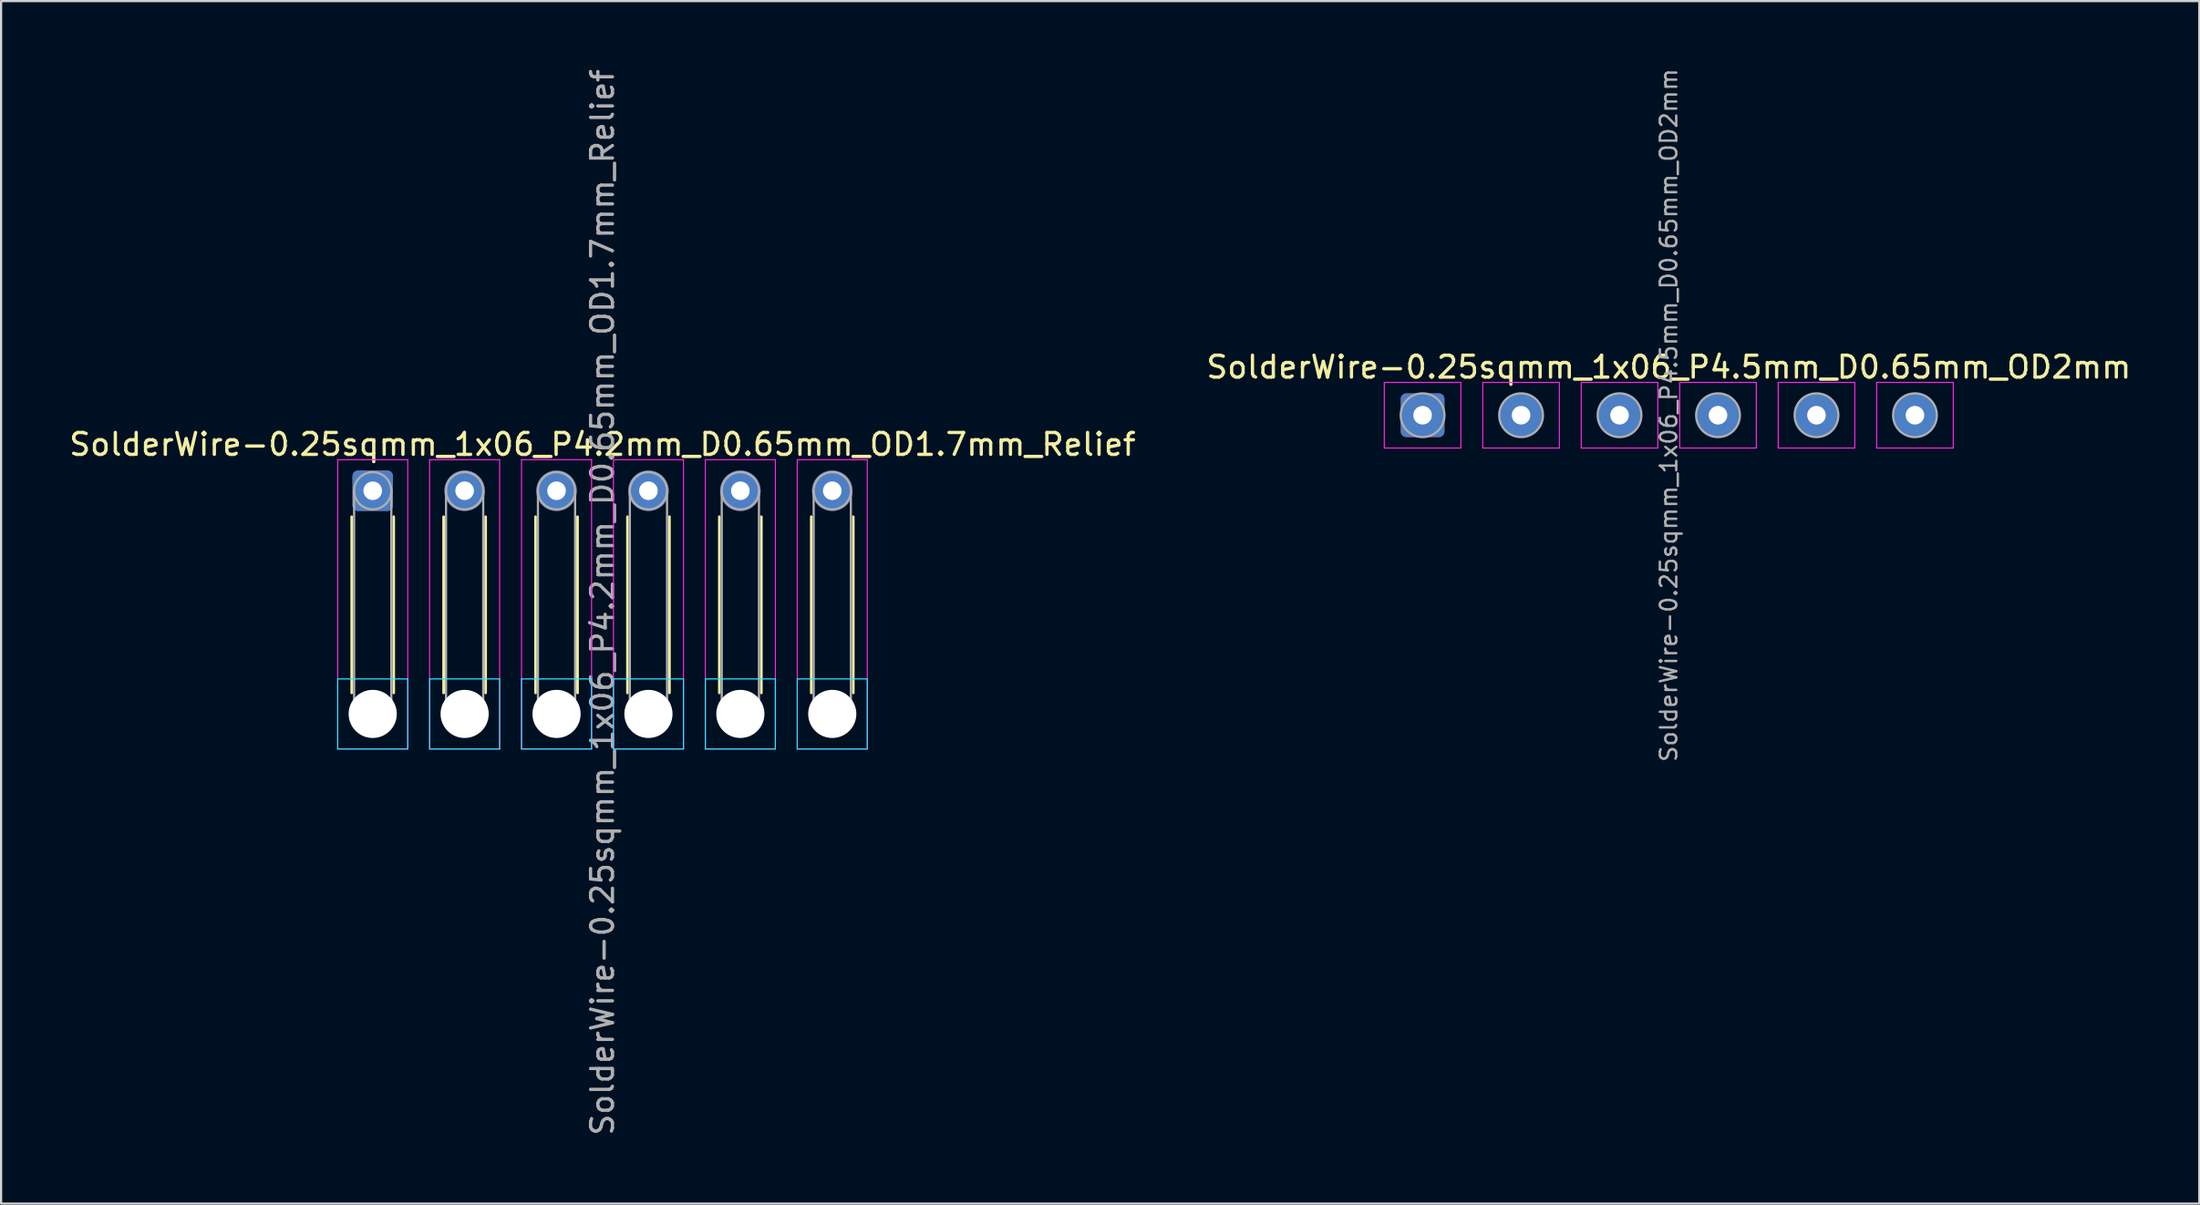
<source format=kicad_pcb>
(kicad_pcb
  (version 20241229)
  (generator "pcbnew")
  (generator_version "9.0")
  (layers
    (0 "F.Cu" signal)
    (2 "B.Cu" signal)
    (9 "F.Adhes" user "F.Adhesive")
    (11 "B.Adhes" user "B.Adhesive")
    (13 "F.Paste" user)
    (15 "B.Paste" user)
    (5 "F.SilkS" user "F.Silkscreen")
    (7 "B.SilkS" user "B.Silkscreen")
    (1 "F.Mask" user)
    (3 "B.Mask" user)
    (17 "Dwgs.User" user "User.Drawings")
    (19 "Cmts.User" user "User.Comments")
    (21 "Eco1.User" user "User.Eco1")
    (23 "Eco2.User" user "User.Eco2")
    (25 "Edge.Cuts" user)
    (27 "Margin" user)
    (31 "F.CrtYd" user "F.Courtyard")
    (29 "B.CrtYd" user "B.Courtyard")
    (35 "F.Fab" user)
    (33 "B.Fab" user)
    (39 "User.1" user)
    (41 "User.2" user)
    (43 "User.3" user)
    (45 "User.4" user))
  (footprint "SolderWire-0.25sqmm_1x06_P4.2mm_D0.65mm_OD1.7mm_Relief"
    (layer "F.Cu")
    (at 13.982 19.382)
    (property "Reference" "SolderWire-0.25sqmm_1x06_P4.2mm_D0.65mm_OD1.7mm_Relief" (at 10.5 -2.12 0) (layer "F.SilkS") (effects (font (size 1 1) (thickness 0.15))))
    (attr exclude_from_pos_files exclude_from_bom)
    (fp_line (start -0.96 1.185) (end -0.96 9.24) (stroke (width 0.12) (type solid)) (layer "F.SilkS"))
    (fp_line (start 0.96 1.185) (end 0.96 9.24) (stroke (width 0.12) (type solid)) (layer "F.SilkS"))
    (fp_line (start 3.24 1.185) (end 3.24 9.24) (stroke (width 0.12) (type solid)) (layer "F.SilkS"))
    (fp_line (start 5.16 1.185) (end 5.16 9.24) (stroke (width 0.12) (type solid)) (layer "F.SilkS"))
    (fp_line (start 7.44 1.185) (end 7.44 9.24) (stroke (width 0.12) (type solid)) (layer "F.SilkS"))
    (fp_line (start 9.36 1.185) (end 9.36 9.24) (stroke (width 0.12) (type solid)) (layer "F.SilkS"))
    (fp_line (start 11.64 1.185) (end 11.64 9.24) (stroke (width 0.12) (type solid)) (layer "F.SilkS"))
    (fp_line (start 13.56 1.185) (end 13.56 9.24) (stroke (width 0.12) (type solid)) (layer "F.SilkS"))
    (fp_line (start 15.84 1.185) (end 15.84 9.24) (stroke (width 0.12) (type solid)) (layer "F.SilkS"))
    (fp_line (start 17.76 1.185) (end 17.76 9.24) (stroke (width 0.12) (type solid)) (layer "F.SilkS"))
    (fp_line (start 20.04 1.185) (end 20.04 9.24) (stroke (width 0.12) (type solid)) (layer "F.SilkS"))
    (fp_line (start 21.96 1.185) (end 21.96 9.24) (stroke (width 0.12) (type solid)) (layer "F.SilkS"))
    (fp_line (start -1.6 8.6) (end -1.6 11.8) (stroke (width 0.05) (type solid)) (layer "B.CrtYd"))
    (fp_line (start -1.6 11.8) (end 1.6 11.8) (stroke (width 0.05) (type solid)) (layer "B.CrtYd"))
    (fp_line (start 1.6 8.6) (end -1.6 8.6) (stroke (width 0.05) (type solid)) (layer "B.CrtYd"))
    (fp_line (start 1.6 11.8) (end 1.6 8.6) (stroke (width 0.05) (type solid)) (layer "B.CrtYd"))
    (fp_line (start 2.6 8.6) (end 2.6 11.8) (stroke (width 0.05) (type solid)) (layer "B.CrtYd"))
    (fp_line (start 2.6 11.8) (end 5.8 11.8) (stroke (width 0.05) (type solid)) (layer "B.CrtYd"))
    (fp_line (start 5.8 8.6) (end 2.6 8.6) (stroke (width 0.05) (type solid)) (layer "B.CrtYd"))
    (fp_line (start 5.8 11.8) (end 5.8 8.6) (stroke (width 0.05) (type solid)) (layer "B.CrtYd"))
    (fp_line (start 6.8 8.6) (end 6.8 11.8) (stroke (width 0.05) (type solid)) (layer "B.CrtYd"))
    (fp_line (start 6.8 11.8) (end 10 11.8) (stroke (width 0.05) (type solid)) (layer "B.CrtYd"))
    (fp_line (start 10 8.6) (end 6.8 8.6) (stroke (width 0.05) (type solid)) (layer "B.CrtYd"))
    (fp_line (start 10 11.8) (end 10 8.6) (stroke (width 0.05) (type solid)) (layer "B.CrtYd"))
    (fp_line (start 11 8.6) (end 11 11.8) (stroke (width 0.05) (type solid)) (layer "B.CrtYd"))
    (fp_line (start 11 11.8) (end 14.2 11.8) (stroke (width 0.05) (type solid)) (layer "B.CrtYd"))
    (fp_line (start 14.2 8.6) (end 11 8.6) (stroke (width 0.05) (type solid)) (layer "B.CrtYd"))
    (fp_line (start 14.2 11.8) (end 14.2 8.6) (stroke (width 0.05) (type solid)) (layer "B.CrtYd"))
    (fp_line (start 15.2 8.6) (end 15.2 11.8) (stroke (width 0.05) (type solid)) (layer "B.CrtYd"))
    (fp_line (start 15.2 11.8) (end 18.4 11.8) (stroke (width 0.05) (type solid)) (layer "B.CrtYd"))
    (fp_line (start 18.4 8.6) (end 15.2 8.6) (stroke (width 0.05) (type solid)) (layer "B.CrtYd"))
    (fp_line (start 18.4 11.8) (end 18.4 8.6) (stroke (width 0.05) (type solid)) (layer "B.CrtYd"))
    (fp_line (start 19.4 8.6) (end 19.4 11.8) (stroke (width 0.05) (type solid)) (layer "B.CrtYd"))
    (fp_line (start 19.4 11.8) (end 22.6 11.8) (stroke (width 0.05) (type solid)) (layer "B.CrtYd"))
    (fp_line (start 22.6 8.6) (end 19.4 8.6) (stroke (width 0.05) (type solid)) (layer "B.CrtYd"))
    (fp_line (start 22.6 11.8) (end 22.6 8.6) (stroke (width 0.05) (type solid)) (layer "B.CrtYd"))
    (fp_line (start -1.6 -1.42) (end -1.6 11.8) (stroke (width 0.05) (type solid)) (layer "F.CrtYd"))
    (fp_line (start -1.6 11.8) (end 1.6 11.8) (stroke (width 0.05) (type solid)) (layer "F.CrtYd"))
    (fp_line (start 1.6 -1.42) (end -1.6 -1.42) (stroke (width 0.05) (type solid)) (layer "F.CrtYd"))
    (fp_line (start 1.6 11.8) (end 1.6 -1.42) (stroke (width 0.05) (type solid)) (layer "F.CrtYd"))
    (fp_line (start 2.6 -1.42) (end 2.6 11.8) (stroke (width 0.05) (type solid)) (layer "F.CrtYd"))
    (fp_line (start 2.6 11.8) (end 5.8 11.8) (stroke (width 0.05) (type solid)) (layer "F.CrtYd"))
    (fp_line (start 5.8 -1.42) (end 2.6 -1.42) (stroke (width 0.05) (type solid)) (layer "F.CrtYd"))
    (fp_line (start 5.8 11.8) (end 5.8 -1.42) (stroke (width 0.05) (type solid)) (layer "F.CrtYd"))
    (fp_line (start 6.8 -1.42) (end 6.8 11.8) (stroke (width 0.05) (type solid)) (layer "F.CrtYd"))
    (fp_line (start 6.8 11.8) (end 10 11.8) (stroke (width 0.05) (type solid)) (layer "F.CrtYd"))
    (fp_line (start 10 -1.42) (end 6.8 -1.42) (stroke (width 0.05) (type solid)) (layer "F.CrtYd"))
    (fp_line (start 10 11.8) (end 10 -1.42) (stroke (width 0.05) (type solid)) (layer "F.CrtYd"))
    (fp_line (start 11 -1.42) (end 11 11.8) (stroke (width 0.05) (type solid)) (layer "F.CrtYd"))
    (fp_line (start 11 11.8) (end 14.2 11.8) (stroke (width 0.05) (type solid)) (layer "F.CrtYd"))
    (fp_line (start 14.2 -1.42) (end 11 -1.42) (stroke (width 0.05) (type solid)) (layer "F.CrtYd"))
    (fp_line (start 14.2 11.8) (end 14.2 -1.42) (stroke (width 0.05) (type solid)) (layer "F.CrtYd"))
    (fp_line (start 15.2 -1.42) (end 15.2 11.8) (stroke (width 0.05) (type solid)) (layer "F.CrtYd"))
    (fp_line (start 15.2 11.8) (end 18.4 11.8) (stroke (width 0.05) (type solid)) (layer "F.CrtYd"))
    (fp_line (start 18.4 -1.42) (end 15.2 -1.42) (stroke (width 0.05) (type solid)) (layer "F.CrtYd"))
    (fp_line (start 18.4 11.8) (end 18.4 -1.42) (stroke (width 0.05) (type solid)) (layer "F.CrtYd"))
    (fp_line (start 19.4 -1.42) (end 19.4 11.8) (stroke (width 0.05) (type solid)) (layer "F.CrtYd"))
    (fp_line (start 19.4 11.8) (end 22.6 11.8) (stroke (width 0.05) (type solid)) (layer "F.CrtYd"))
    (fp_line (start 22.6 -1.42) (end 19.4 -1.42) (stroke (width 0.05) (type solid)) (layer "F.CrtYd"))
    (fp_line (start 22.6 11.8) (end 22.6 -1.42) (stroke (width 0.05) (type solid)) (layer "F.CrtYd"))
    (fp_line (start -0.85 0) (end -0.85 10.2) (stroke (width 0.1) (type solid)) (layer "F.Fab"))
    (fp_line (start 0.85 0) (end 0.85 10.2) (stroke (width 0.1) (type solid)) (layer "F.Fab"))
    (fp_line (start 3.35 0) (end 3.35 10.2) (stroke (width 0.1) (type solid)) (layer "F.Fab"))
    (fp_line (start 5.05 0) (end 5.05 10.2) (stroke (width 0.1) (type solid)) (layer "F.Fab"))
    (fp_line (start 7.55 0) (end 7.55 10.2) (stroke (width 0.1) (type solid)) (layer "F.Fab"))
    (fp_line (start 9.25 0) (end 9.25 10.2) (stroke (width 0.1) (type solid)) (layer "F.Fab"))
    (fp_line (start 11.75 0) (end 11.75 10.2) (stroke (width 0.1) (type solid)) (layer "F.Fab"))
    (fp_line (start 13.45 0) (end 13.45 10.2) (stroke (width 0.1) (type solid)) (layer "F.Fab"))
    (fp_line (start 15.95 0) (end 15.95 10.2) (stroke (width 0.1) (type solid)) (layer "F.Fab"))
    (fp_line (start 17.65 0) (end 17.65 10.2) (stroke (width 0.1) (type solid)) (layer "F.Fab"))
    (fp_line (start 20.15 0) (end 20.15 10.2) (stroke (width 0.1) (type solid)) (layer "F.Fab"))
    (fp_line (start 21.85 0) (end 21.85 10.2) (stroke (width 0.1) (type solid)) (layer "F.Fab"))
    (fp_circle (center 0 0) (end 0.85 0) (stroke (width 0.1) (type solid)) (fill no) (layer "F.Fab"))
    (fp_circle (center 0 10.2) (end 0.85 10.2) (stroke (width 0.1) (type solid)) (fill no) (layer "F.Fab"))
    (fp_circle (center 4.2 0) (end 5.05 0) (stroke (width 0.1) (type solid)) (fill no) (layer "F.Fab"))
    (fp_circle (center 4.2 10.2) (end 5.05 10.2) (stroke (width 0.1) (type solid)) (fill no) (layer "F.Fab"))
    (fp_circle (center 8.4 0) (end 9.25 0) (stroke (width 0.1) (type solid)) (fill no) (layer "F.Fab"))
    (fp_circle (center 8.4 10.2) (end 9.25 10.2) (stroke (width 0.1) (type solid)) (fill no) (layer "F.Fab"))
    (fp_circle (center 12.6 0) (end 13.45 0) (stroke (width 0.1) (type solid)) (fill no) (layer "F.Fab"))
    (fp_circle (center 12.6 10.2) (end 13.45 10.2) (stroke (width 0.1) (type solid)) (fill no) (layer "F.Fab"))
    (fp_circle (center 16.8 0) (end 17.65 0) (stroke (width 0.1) (type solid)) (fill no) (layer "F.Fab"))
    (fp_circle (center 16.8 10.2) (end 17.65 10.2) (stroke (width 0.1) (type solid)) (fill no) (layer "F.Fab"))
    (fp_circle (center 21 0) (end 21.85 0) (stroke (width 0.1) (type solid)) (fill no) (layer "F.Fab"))
    (fp_circle (center 21 10.2) (end 21.85 10.2) (stroke (width 0.1) (type solid)) (fill no) (layer "F.Fab"))
    (fp_text user "${REFERENCE}" (at 10.5 5.1 90) (layer "F.Fab") (effects (font (size 1 1) (thickness 0.15))))
    (pad "" np_thru_hole circle (at 0 10.2) (size 2.2 2.2) (drill 2.2) (layers "*.Cu" "*.Mask"))
    (pad "" np_thru_hole circle (at 4.2 10.2) (size 2.2 2.2) (drill 2.2) (layers "*.Cu" "*.Mask"))
    (pad "" np_thru_hole circle (at 8.4 10.2) (size 2.2 2.2) (drill 2.2) (layers "*.Cu" "*.Mask"))
    (pad "" np_thru_hole circle (at 12.6 10.2) (size 2.2 2.2) (drill 2.2) (layers "*.Cu" "*.Mask"))
    (pad "" np_thru_hole circle (at 16.8 10.2) (size 2.2 2.2) (drill 2.2) (layers "*.Cu" "*.Mask"))
    (pad "" np_thru_hole circle (at 21 10.2) (size 2.2 2.2) (drill 2.2) (layers "*.Cu" "*.Mask"))
    (pad "1" thru_hole roundrect (at 0 0) (size 1.85 1.85) (drill 0.85) (layers "*.Cu" "*.Mask") (roundrect_rratio 0.135))
    (pad "2" thru_hole circle (at 4.2 0) (size 1.85 1.85) (drill 0.85) (layers "*.Cu" "*.Mask"))
    (pad "3" thru_hole circle (at 8.4 0) (size 1.85 1.85) (drill 0.85) (layers "*.Cu" "*.Mask"))
    (pad "4" thru_hole circle (at 12.6 0) (size 1.85 1.85) (drill 0.85) (layers "*.Cu" "*.Mask"))
    (pad "5" thru_hole circle (at 16.8 0) (size 1.85 1.85) (drill 0.85) (layers "*.Cu" "*.Mask"))
    (pad "6" thru_hole circle (at 21 0) (size 1.85 1.85) (drill 0.85) (layers "*.Cu" "*.Mask")))
  (footprint "SolderWire-0.25sqmm_1x06_P4.5mm_D0.65mm_OD2mm"
    (layer "F.Cu")
    (at 61.958 15.929)
    (property "Reference" "SolderWire-0.25sqmm_1x06_P4.5mm_D0.65mm_OD2mm" (at 11.25 -2.2 0) (layer "F.SilkS") (effects (font (size 1 1) (thickness 0.15))))
    (attr exclude_from_pos_files exclude_from_bom)
    (fp_line (start -1.75 -1.5) (end -1.75 1.5) (stroke (width 0.05) (type solid)) (layer "F.CrtYd"))
    (fp_line (start -1.75 1.5) (end 1.75 1.5) (stroke (width 0.05) (type solid)) (layer "F.CrtYd"))
    (fp_line (start 1.75 -1.5) (end -1.75 -1.5) (stroke (width 0.05) (type solid)) (layer "F.CrtYd"))
    (fp_line (start 1.75 1.5) (end 1.75 -1.5) (stroke (width 0.05) (type solid)) (layer "F.CrtYd"))
    (fp_line (start 2.75 -1.5) (end 2.75 1.5) (stroke (width 0.05) (type solid)) (layer "F.CrtYd"))
    (fp_line (start 2.75 1.5) (end 6.25 1.5) (stroke (width 0.05) (type solid)) (layer "F.CrtYd"))
    (fp_line (start 6.25 -1.5) (end 2.75 -1.5) (stroke (width 0.05) (type solid)) (layer "F.CrtYd"))
    (fp_line (start 6.25 1.5) (end 6.25 -1.5) (stroke (width 0.05) (type solid)) (layer "F.CrtYd"))
    (fp_line (start 7.25 -1.5) (end 7.25 1.5) (stroke (width 0.05) (type solid)) (layer "F.CrtYd"))
    (fp_line (start 7.25 1.5) (end 10.75 1.5) (stroke (width 0.05) (type solid)) (layer "F.CrtYd"))
    (fp_line (start 10.75 -1.5) (end 7.25 -1.5) (stroke (width 0.05) (type solid)) (layer "F.CrtYd"))
    (fp_line (start 10.75 1.5) (end 10.75 -1.5) (stroke (width 0.05) (type solid)) (layer "F.CrtYd"))
    (fp_line (start 11.75 -1.5) (end 11.75 1.5) (stroke (width 0.05) (type solid)) (layer "F.CrtYd"))
    (fp_line (start 11.75 1.5) (end 15.25 1.5) (stroke (width 0.05) (type solid)) (layer "F.CrtYd"))
    (fp_line (start 15.25 -1.5) (end 11.75 -1.5) (stroke (width 0.05) (type solid)) (layer "F.CrtYd"))
    (fp_line (start 15.25 1.5) (end 15.25 -1.5) (stroke (width 0.05) (type solid)) (layer "F.CrtYd"))
    (fp_line (start 16.25 -1.5) (end 16.25 1.5) (stroke (width 0.05) (type solid)) (layer "F.CrtYd"))
    (fp_line (start 16.25 1.5) (end 19.75 1.5) (stroke (width 0.05) (type solid)) (layer "F.CrtYd"))
    (fp_line (start 19.75 -1.5) (end 16.25 -1.5) (stroke (width 0.05) (type solid)) (layer "F.CrtYd"))
    (fp_line (start 19.75 1.5) (end 19.75 -1.5) (stroke (width 0.05) (type solid)) (layer "F.CrtYd"))
    (fp_line (start 20.75 -1.5) (end 20.75 1.5) (stroke (width 0.05) (type solid)) (layer "F.CrtYd"))
    (fp_line (start 20.75 1.5) (end 24.25 1.5) (stroke (width 0.05) (type solid)) (layer "F.CrtYd"))
    (fp_line (start 24.25 -1.5) (end 20.75 -1.5) (stroke (width 0.05) (type solid)) (layer "F.CrtYd"))
    (fp_line (start 24.25 1.5) (end 24.25 -1.5) (stroke (width 0.05) (type solid)) (layer "F.CrtYd"))
    (fp_circle (center 0 0) (end 1 0) (stroke (width 0.1) (type solid)) (fill no) (layer "F.Fab"))
    (fp_circle (center 4.5 0) (end 5.5 0) (stroke (width 0.1) (type solid)) (fill no) (layer "F.Fab"))
    (fp_circle (center 9 0) (end 10 0) (stroke (width 0.1) (type solid)) (fill no) (layer "F.Fab"))
    (fp_circle (center 13.5 0) (end 14.5 0) (stroke (width 0.1) (type solid)) (fill no) (layer "F.Fab"))
    (fp_circle (center 18 0) (end 19 0) (stroke (width 0.1) (type solid)) (fill no) (layer "F.Fab"))
    (fp_circle (center 22.5 0) (end 23.5 0) (stroke (width 0.1) (type solid)) (fill no) (layer "F.Fab"))
    (fp_text user "${REFERENCE}" (at 11.25 0 90) (layer "F.Fab") (effects (font (size 0.75 0.75) (thickness 0.11))))
    (pad "1" thru_hole roundrect (at 0 0) (size 2 2) (drill 0.85) (layers "*.Cu" "*.Mask") (roundrect_rratio 0.125))
    (pad "2" thru_hole circle (at 4.5 0) (size 2 2) (drill 0.85) (layers "*.Cu" "*.Mask"))
    (pad "3" thru_hole circle (at 9 0) (size 2 2) (drill 0.85) (layers "*.Cu" "*.Mask"))
    (pad "4" thru_hole circle (at 13.5 0) (size 2 2) (drill 0.85) (layers "*.Cu" "*.Mask"))
    (pad "5" thru_hole circle (at 18 0) (size 2 2) (drill 0.85) (layers "*.Cu" "*.Mask"))
    (pad "6" thru_hole circle (at 22.5 0) (size 2 2) (drill 0.85) (layers "*.Cu" "*.Mask")))
  (gr_rect
    (start -3 -3)
    (end 97.452 51.964)
    (stroke (width 0.1) (type default))
    (fill no)
    (layer "Edge.Cuts")))
</source>
